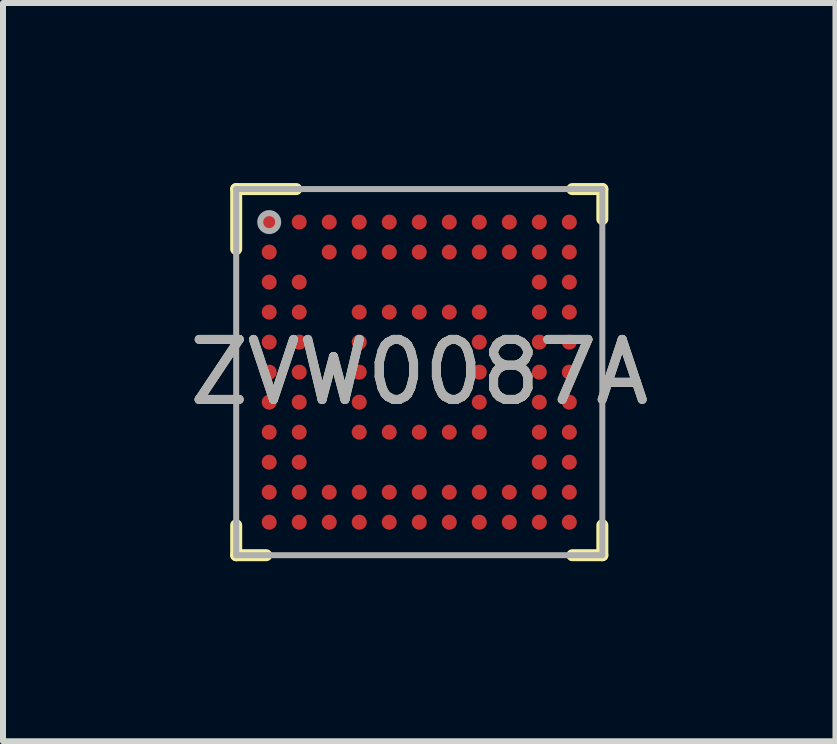
<source format=kicad_pcb>
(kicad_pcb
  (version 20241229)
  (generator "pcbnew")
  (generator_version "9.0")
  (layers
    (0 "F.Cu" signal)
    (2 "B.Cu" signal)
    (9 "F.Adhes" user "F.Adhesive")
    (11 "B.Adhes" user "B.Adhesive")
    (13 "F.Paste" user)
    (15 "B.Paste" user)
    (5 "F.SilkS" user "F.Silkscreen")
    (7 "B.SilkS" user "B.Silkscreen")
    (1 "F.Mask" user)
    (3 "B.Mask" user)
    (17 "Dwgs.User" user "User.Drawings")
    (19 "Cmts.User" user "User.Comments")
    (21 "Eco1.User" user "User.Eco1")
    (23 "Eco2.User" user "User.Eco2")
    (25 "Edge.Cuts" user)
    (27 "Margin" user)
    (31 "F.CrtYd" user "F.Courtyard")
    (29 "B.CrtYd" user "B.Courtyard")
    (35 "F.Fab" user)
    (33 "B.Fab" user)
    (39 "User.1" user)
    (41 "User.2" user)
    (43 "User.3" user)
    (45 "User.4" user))
  (footprint "ZVW0087A"
    (layer "F.Cu")
    (at 3.935 3.15)
    (property "Reference" "ZVW0087A" (at 0 0 0) (unlocked yes) (layer "F.SilkS") (effects (font (size 1 1) (thickness 0.15))))
    (attr smd)
    (fp_line (start -3.05 -3.05) (end -2.05 -3.05) (stroke (width 0.2) (type solid)) (layer "F.SilkS"))
    (fp_line (start -3.05 -2.05) (end -3.05 -3.05) (stroke (width 0.2) (type solid)) (layer "F.SilkS"))
    (fp_line (start -3.05 3.05) (end -3.05 2.55) (stroke (width 0.2) (type solid)) (layer "F.SilkS"))
    (fp_line (start -3.05 3.05) (end -2.55 3.05) (stroke (width 0.2) (type solid)) (layer "F.SilkS"))
    (fp_line (start 2.55 -3.05) (end 3.05 -3.05) (stroke (width 0.2) (type solid)) (layer "F.SilkS"))
    (fp_line (start 2.55 3.05) (end 3.05 3.05) (stroke (width 0.2) (type solid)) (layer "F.SilkS"))
    (fp_line (start 3.05 -2.55) (end 3.05 -3.05) (stroke (width 0.2) (type solid)) (layer "F.SilkS"))
    (fp_line (start 3.05 3.05) (end 3.05 2.55) (stroke (width 0.2) (type solid)) (layer "F.SilkS"))
    (fp_line (start -3.05 -3.05) (end 3.05 -3.05) (stroke (width 0.1) (type solid)) (layer "F.Fab"))
    (fp_line (start -3.05 3.05) (end -3.05 -3.05) (stroke (width 0.1) (type solid)) (layer "F.Fab"))
    (fp_line (start -3.05 3.05) (end 3.05 3.05) (stroke (width 0.1) (type solid)) (layer "F.Fab"))
    (fp_line (start 3.05 3.05) (end 3.05 -3.05) (stroke (width 0.1) (type solid)) (layer "F.Fab"))
    (fp_circle (center -2.5 -2.5) (end -2.35 -2.5) (stroke (width 0.1) (type solid)) (fill no) (layer "F.Fab"))
    (fp_text user "${REFERENCE}" (at 0 0 0) (unlocked yes) (layer "F.Fab") (effects (font (size 1 1) (thickness 0.15))))
    (pad "A1" smd circle (at -2.5 -2.5) (size 0.25 0.25) (layers "F.Cu" "F.Mask" "F.Paste"))
    (pad "A2" smd circle (at -2 -2.5) (size 0.25 0.25) (layers "F.Cu" "F.Mask" "F.Paste"))
    (pad "A3" smd circle (at -1.5 -2.5) (size 0.25 0.25) (layers "F.Cu" "F.Mask" "F.Paste"))
    (pad "A4" smd circle (at -1 -2.5) (size 0.25 0.25) (layers "F.Cu" "F.Mask" "F.Paste"))
    (pad "A5" smd circle (at -0.5 -2.5) (size 0.25 0.25) (layers "F.Cu" "F.Mask" "F.Paste"))
    (pad "A6" smd circle (at 0 -2.5) (size 0.25 0.25) (layers "F.Cu" "F.Mask" "F.Paste"))
    (pad "A7" smd circle (at 0.5 -2.5) (size 0.25 0.25) (layers "F.Cu" "F.Mask" "F.Paste"))
    (pad "A8" smd circle (at 1 -2.5) (size 0.25 0.25) (layers "F.Cu" "F.Mask" "F.Paste"))
    (pad "A9" smd circle (at 1.5 -2.5) (size 0.25 0.25) (layers "F.Cu" "F.Mask" "F.Paste"))
    (pad "A10" smd circle (at 2 -2.5) (size 0.25 0.25) (layers "F.Cu" "F.Mask" "F.Paste"))
    (pad "A11" smd circle (at 2.5 -2.5) (size 0.25 0.25) (layers "F.Cu" "F.Mask" "F.Paste"))
    (pad "B1" smd circle (at -2.5 -2) (size 0.25 0.25) (layers "F.Cu" "F.Mask" "F.Paste"))
    (pad "B3" smd circle (at -1.5 -2) (size 0.25 0.25) (layers "F.Cu" "F.Mask" "F.Paste"))
    (pad "B4" smd circle (at -1 -2) (size 0.25 0.25) (layers "F.Cu" "F.Mask" "F.Paste"))
    (pad "B5" smd circle (at -0.5 -2) (size 0.25 0.25) (layers "F.Cu" "F.Mask" "F.Paste"))
    (pad "B6" smd circle (at 0 -2) (size 0.25 0.25) (layers "F.Cu" "F.Mask" "F.Paste"))
    (pad "B7" smd circle (at 0.5 -2) (size 0.25 0.25) (layers "F.Cu" "F.Mask" "F.Paste"))
    (pad "B8" smd circle (at 1 -2) (size 0.25 0.25) (layers "F.Cu" "F.Mask" "F.Paste"))
    (pad "B9" smd circle (at 1.5 -2) (size 0.25 0.25) (layers "F.Cu" "F.Mask" "F.Paste"))
    (pad "B10" smd circle (at 2 -2) (size 0.25 0.25) (layers "F.Cu" "F.Mask" "F.Paste"))
    (pad "B11" smd circle (at 2.5 -2) (size 0.25 0.25) (layers "F.Cu" "F.Mask" "F.Paste"))
    (pad "C1" smd circle (at -2.5 -1.5) (size 0.25 0.25) (layers "F.Cu" "F.Mask" "F.Paste"))
    (pad "C2" smd circle (at -2 -1.5) (size 0.25 0.25) (layers "F.Cu" "F.Mask" "F.Paste"))
    (pad "C10" smd circle (at 2 -1.5) (size 0.25 0.25) (layers "F.Cu" "F.Mask" "F.Paste"))
    (pad "C11" smd circle (at 2.5 -1.5) (size 0.25 0.25) (layers "F.Cu" "F.Mask" "F.Paste"))
    (pad "D1" smd circle (at -2.5 -1) (size 0.25 0.25) (layers "F.Cu" "F.Mask" "F.Paste"))
    (pad "D2" smd circle (at -2 -1) (size 0.25 0.25) (layers "F.Cu" "F.Mask" "F.Paste"))
    (pad "D4" smd circle (at -1 -1) (size 0.25 0.25) (layers "F.Cu" "F.Mask" "F.Paste"))
    (pad "D5" smd circle (at -0.5 -1) (size 0.25 0.25) (layers "F.Cu" "F.Mask" "F.Paste"))
    (pad "D6" smd circle (at 0 -1) (size 0.25 0.25) (layers "F.Cu" "F.Mask" "F.Paste"))
    (pad "D7" smd circle (at 0.5 -1) (size 0.25 0.25) (layers "F.Cu" "F.Mask" "F.Paste"))
    (pad "D8" smd circle (at 1 -1) (size 0.25 0.25) (layers "F.Cu" "F.Mask" "F.Paste"))
    (pad "D10" smd circle (at 2 -1) (size 0.25 0.25) (layers "F.Cu" "F.Mask" "F.Paste"))
    (pad "D11" smd circle (at 2.5 -1) (size 0.25 0.25) (layers "F.Cu" "F.Mask" "F.Paste"))
    (pad "E1" smd circle (at -2.5 -0.5) (size 0.25 0.25) (layers "F.Cu" "F.Mask" "F.Paste"))
    (pad "E2" smd circle (at -2 -0.5) (size 0.25 0.25) (layers "F.Cu" "F.Mask" "F.Paste"))
    (pad "E4" smd circle (at -1 -0.5) (size 0.25 0.25) (layers "F.Cu" "F.Mask" "F.Paste"))
    (pad "E8" smd circle (at 1 -0.5) (size 0.25 0.25) (layers "F.Cu" "F.Mask" "F.Paste"))
    (pad "E10" smd circle (at 2 -0.5) (size 0.25 0.25) (layers "F.Cu" "F.Mask" "F.Paste"))
    (pad "E11" smd circle (at 2.5 -0.5) (size 0.25 0.25) (layers "F.Cu" "F.Mask" "F.Paste"))
    (pad "F1" smd circle (at -2.5 0) (size 0.25 0.25) (layers "F.Cu" "F.Mask" "F.Paste"))
    (pad "F2" smd circle (at -2 0) (size 0.25 0.25) (layers "F.Cu" "F.Mask" "F.Paste"))
    (pad "F4" smd circle (at -1 0) (size 0.25 0.25) (layers "F.Cu" "F.Mask" "F.Paste"))
    (pad "F8" smd circle (at 1 0) (size 0.25 0.25) (layers "F.Cu" "F.Mask" "F.Paste"))
    (pad "F10" smd circle (at 2 0) (size 0.25 0.25) (layers "F.Cu" "F.Mask" "F.Paste"))
    (pad "F11" smd circle (at 2.5 0) (size 0.25 0.25) (layers "F.Cu" "F.Mask" "F.Paste"))
    (pad "G1" smd circle (at -2.5 0.5) (size 0.25 0.25) (layers "F.Cu" "F.Mask" "F.Paste"))
    (pad "G2" smd circle (at -2 0.5) (size 0.25 0.25) (layers "F.Cu" "F.Mask" "F.Paste"))
    (pad "G4" smd circle (at -1 0.5) (size 0.25 0.25) (layers "F.Cu" "F.Mask" "F.Paste"))
    (pad "G8" smd circle (at 1 0.5) (size 0.25 0.25) (layers "F.Cu" "F.Mask" "F.Paste"))
    (pad "G10" smd circle (at 2 0.5) (size 0.25 0.25) (layers "F.Cu" "F.Mask" "F.Paste"))
    (pad "G11" smd circle (at 2.5 0.5) (size 0.25 0.25) (layers "F.Cu" "F.Mask" "F.Paste"))
    (pad "H1" smd circle (at -2.5 1) (size 0.25 0.25) (layers "F.Cu" "F.Mask" "F.Paste"))
    (pad "H2" smd circle (at -2 1) (size 0.25 0.25) (layers "F.Cu" "F.Mask" "F.Paste"))
    (pad "H4" smd circle (at -1 1) (size 0.25 0.25) (layers "F.Cu" "F.Mask" "F.Paste"))
    (pad "H5" smd circle (at -0.5 1) (size 0.25 0.25) (layers "F.Cu" "F.Mask" "F.Paste"))
    (pad "H6" smd circle (at 0 1) (size 0.25 0.25) (layers "F.Cu" "F.Mask" "F.Paste"))
    (pad "H7" smd circle (at 0.5 1) (size 0.25 0.25) (layers "F.Cu" "F.Mask" "F.Paste"))
    (pad "H8" smd circle (at 1 1) (size 0.25 0.25) (layers "F.Cu" "F.Mask" "F.Paste"))
    (pad "H10" smd circle (at 2 1) (size 0.25 0.25) (layers "F.Cu" "F.Mask" "F.Paste"))
    (pad "H11" smd circle (at 2.5 1) (size 0.25 0.25) (layers "F.Cu" "F.Mask" "F.Paste"))
    (pad "J1" smd circle (at -2.5 1.5) (size 0.25 0.25) (layers "F.Cu" "F.Mask" "F.Paste"))
    (pad "J2" smd circle (at -2 1.5) (size 0.25 0.25) (layers "F.Cu" "F.Mask" "F.Paste"))
    (pad "J10" smd circle (at 2 1.5) (size 0.25 0.25) (layers "F.Cu" "F.Mask" "F.Paste"))
    (pad "J11" smd circle (at 2.5 1.5) (size 0.25 0.25) (layers "F.Cu" "F.Mask" "F.Paste"))
    (pad "K1" smd circle (at -2.5 2) (size 0.25 0.25) (layers "F.Cu" "F.Mask" "F.Paste"))
    (pad "K2" smd circle (at -2 2) (size 0.25 0.25) (layers "F.Cu" "F.Mask" "F.Paste"))
    (pad "K3" smd circle (at -1.5 2) (size 0.25 0.25) (layers "F.Cu" "F.Mask" "F.Paste"))
    (pad "K4" smd circle (at -1 2) (size 0.25 0.25) (layers "F.Cu" "F.Mask" "F.Paste"))
    (pad "K5" smd circle (at -0.5 2) (size 0.25 0.25) (layers "F.Cu" "F.Mask" "F.Paste"))
    (pad "K6" smd circle (at 0 2) (size 0.25 0.25) (layers "F.Cu" "F.Mask" "F.Paste"))
    (pad "K7" smd circle (at 0.5 2) (size 0.25 0.25) (layers "F.Cu" "F.Mask" "F.Paste"))
    (pad "K8" smd circle (at 1 2) (size 0.25 0.25) (layers "F.Cu" "F.Mask" "F.Paste"))
    (pad "K9" smd circle (at 1.5 2) (size 0.25 0.25) (layers "F.Cu" "F.Mask" "F.Paste"))
    (pad "K10" smd circle (at 2 2) (size 0.25 0.25) (layers "F.Cu" "F.Mask" "F.Paste"))
    (pad "K11" smd circle (at 2.5 2) (size 0.25 0.25) (layers "F.Cu" "F.Mask" "F.Paste"))
    (pad "L1" smd circle (at -2.5 2.5) (size 0.25 0.25) (layers "F.Cu" "F.Mask" "F.Paste"))
    (pad "L2" smd circle (at -2 2.5) (size 0.25 0.25) (layers "F.Cu" "F.Mask" "F.Paste"))
    (pad "L3" smd circle (at -1.5 2.5) (size 0.25 0.25) (layers "F.Cu" "F.Mask" "F.Paste"))
    (pad "L4" smd circle (at -1 2.5) (size 0.25 0.25) (layers "F.Cu" "F.Mask" "F.Paste"))
    (pad "L5" smd circle (at -0.5 2.5) (size 0.25 0.25) (layers "F.Cu" "F.Mask" "F.Paste"))
    (pad "L6" smd circle (at 0 2.5) (size 0.25 0.25) (layers "F.Cu" "F.Mask" "F.Paste"))
    (pad "L7" smd circle (at 0.5 2.5) (size 0.25 0.25) (layers "F.Cu" "F.Mask" "F.Paste"))
    (pad "L8" smd circle (at 1 2.5) (size 0.25 0.25) (layers "F.Cu" "F.Mask" "F.Paste"))
    (pad "L9" smd circle (at 1.5 2.5) (size 0.25 0.25) (layers "F.Cu" "F.Mask" "F.Paste"))
    (pad "L10" smd circle (at 2 2.5) (size 0.25 0.25) (layers "F.Cu" "F.Mask" "F.Paste"))
    (pad "L11" smd circle (at 2.5 2.5) (size 0.25 0.25) (layers "F.Cu" "F.Mask" "F.Paste")))
  (gr_rect
    (start -3 -3)
    (end 10.869 9.3)
    (stroke (width 0.1) (type default))
    (fill no)
    (layer "Edge.Cuts")))
</source>
